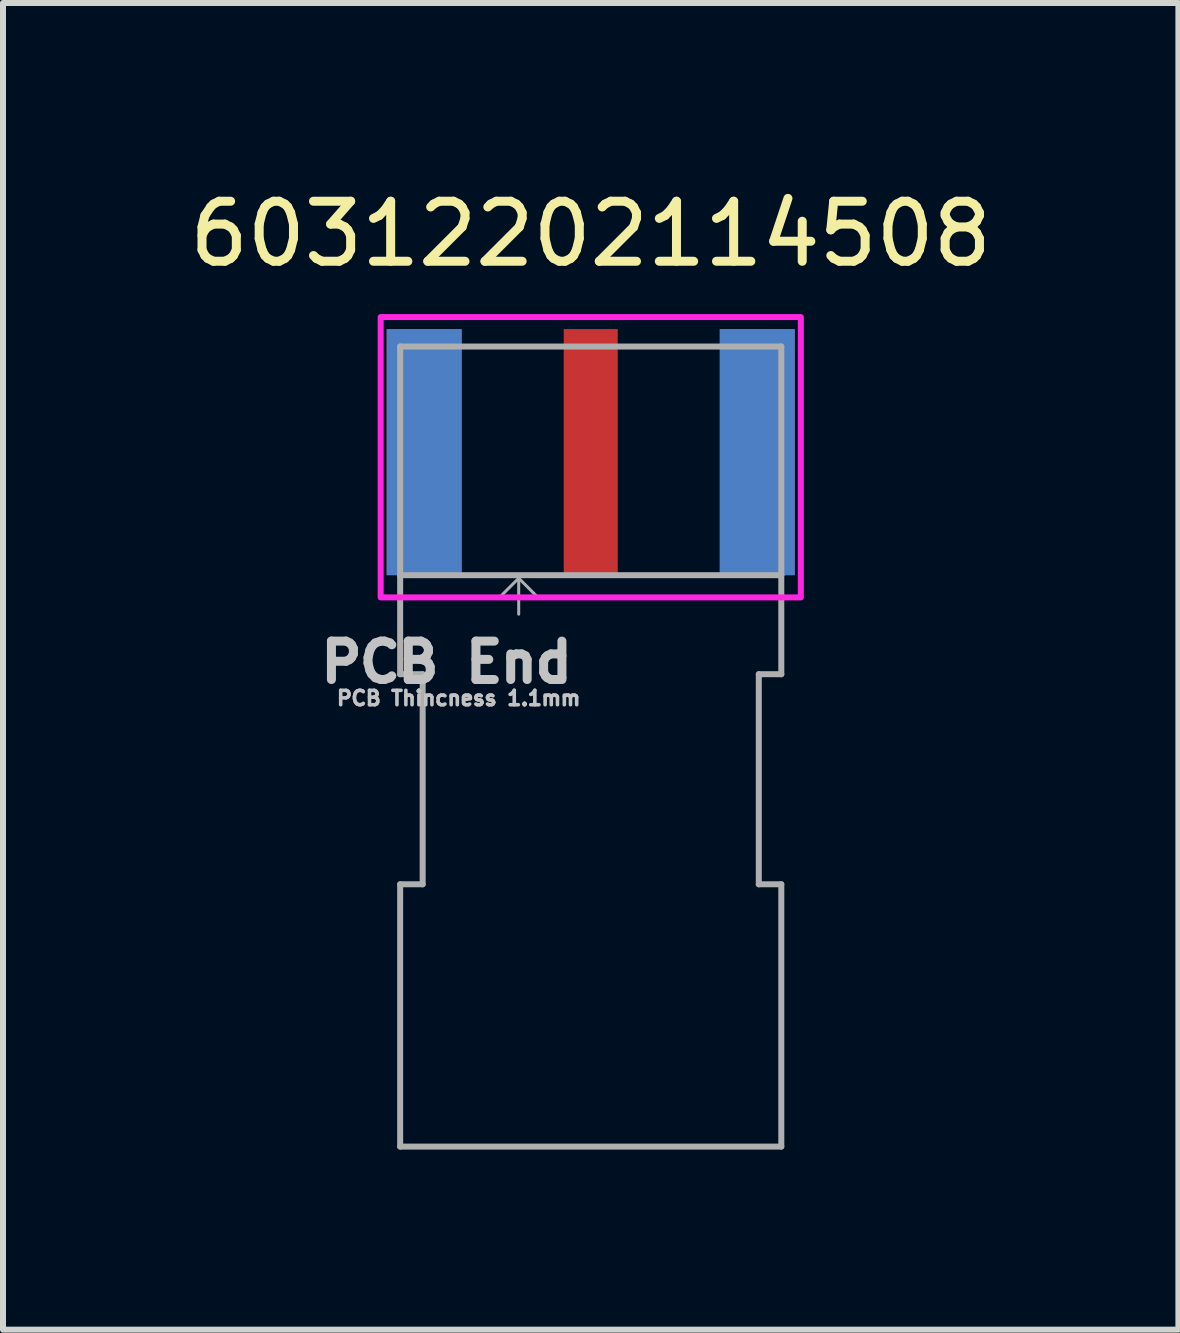
<source format=kicad_pcb>
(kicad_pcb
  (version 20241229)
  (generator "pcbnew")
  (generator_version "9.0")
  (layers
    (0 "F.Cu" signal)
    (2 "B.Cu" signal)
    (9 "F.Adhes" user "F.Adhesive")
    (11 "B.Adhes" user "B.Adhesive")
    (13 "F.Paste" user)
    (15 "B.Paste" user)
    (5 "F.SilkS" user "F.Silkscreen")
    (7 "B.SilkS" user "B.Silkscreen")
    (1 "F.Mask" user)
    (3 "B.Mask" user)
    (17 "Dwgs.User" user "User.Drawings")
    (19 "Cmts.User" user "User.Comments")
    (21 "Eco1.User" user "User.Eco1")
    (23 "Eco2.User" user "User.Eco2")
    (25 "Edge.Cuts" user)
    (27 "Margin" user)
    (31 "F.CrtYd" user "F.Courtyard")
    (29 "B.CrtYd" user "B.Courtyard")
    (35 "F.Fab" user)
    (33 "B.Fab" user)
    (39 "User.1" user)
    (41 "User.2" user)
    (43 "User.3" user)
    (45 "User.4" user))
  (footprint "60312202114508"
    (layer "F.Cu")
    (at 6.792 4.483)
    (property "Reference" "60312202114508" (at 0 -3.635 0) (layer "F.SilkS") (effects (font (size 1 1) (thickness 0.15))))
    (attr smd)
    (fp_poly (pts (xy -3.5 -2.25) (xy 3.5 -2.25) (xy 3.5 2.42) (xy -3.5 2.42)) (stroke (width 0.1) (type solid)) (fill no) (layer "F.CrtYd"))
    (fp_line (start -3.175 -1.76) (end 3.175 -1.76) (stroke (width 0.1) (type solid)) (layer "F.Fab"))
    (fp_line (start -3.175 2.05) (end -3.175 -1.76) (stroke (width 0.1) (type solid)) (layer "F.Fab"))
    (fp_line (start -3.175 2.05) (end 3.175 2.05) (stroke (width 0.1) (type solid)) (layer "F.Fab"))
    (fp_line (start -3.175 3.7) (end -3.175 2.05) (stroke (width 0.1) (type solid)) (layer "F.Fab"))
    (fp_line (start -3.175 3.7) (end -2.8 3.7) (stroke (width 0.1) (type solid)) (layer "F.Fab"))
    (fp_line (start -3.175 7.2) (end -2.8 7.2) (stroke (width 0.1) (type solid)) (layer "F.Fab"))
    (fp_line (start -3.175 11.57) (end -3.175 7.2) (stroke (width 0.1) (type solid)) (layer "F.Fab"))
    (fp_line (start -2.8 3.7) (end -2.8 7.2) (stroke (width 0.1) (type solid)) (layer "F.Fab"))
    (fp_line (start -1.2 2.1) (end -1.5 2.4) (stroke (width 0.05) (type solid)) (layer "F.Fab"))
    (fp_line (start -1.2 2.1) (end -0.9 2.4) (stroke (width 0.05) (type solid)) (layer "F.Fab"))
    (fp_line (start -1.2 2.7) (end -1.2 2.1) (stroke (width 0.05) (type solid)) (layer "F.Fab"))
    (fp_line (start 2.8 7.2) (end 2.8 3.7) (stroke (width 0.1) (type solid)) (layer "F.Fab"))
    (fp_line (start 3.175 -1.76) (end 3.175 2.05) (stroke (width 0.1) (type solid)) (layer "F.Fab"))
    (fp_line (start 3.175 2.05) (end 3.175 3.7) (stroke (width 0.1) (type solid)) (layer "F.Fab"))
    (fp_line (start 3.175 3.7) (end 2.8 3.7) (stroke (width 0.1) (type solid)) (layer "F.Fab"))
    (fp_line (start 3.175 7.2) (end 2.8 7.2) (stroke (width 0.1) (type solid)) (layer "F.Fab"))
    (fp_line (start 3.175 7.2) (end 3.175 11.57) (stroke (width 0.1) (type solid)) (layer "F.Fab"))
    (fp_line (start 3.175 11.57) (end -3.175 11.57) (stroke (width 0.1) (type solid)) (layer "F.Fab"))
    (fp_text user "PCB End" (at -2.4 3.5 0) (layer "Dwgs.User") (effects (font (size 0.64 0.64) (thickness 0.15))))
    (fp_text user "PCB Thincness 1.1mm" (at -2.2 4.1 0) (layer "Dwgs.User") (effects (font (size 0.24 0.24) (thickness 0.15))))
    (pad "1" smd rect (at 0 0) (size 0.9 4.1) (layers "F.Cu" "F.Mask" "F.Paste"))
    (pad "2" smd rect (at -2.775 0) (size 1.25 4.1) (layers "F.Cu" "F.Mask" "F.Paste"))
    (pad "3" smd rect (at 2.775 0) (size 1.25 4.1) (layers "F.Cu" "F.Mask" "F.Paste"))
    (pad "4" smd rect (at -2.775 0) (size 1.25 4.1) (layers "B.Cu" "B.Mask" "B.Paste"))
    (pad "5" smd rect (at 2.775 0) (size 1.25 4.1) (layers "B.Cu" "B.Mask" "B.Paste")))
  (gr_rect
    (start -3 -3)
    (end 16.583 19.103)
    (stroke (width 0.1) (type default))
    (fill no)
    (layer "Edge.Cuts")))
</source>
